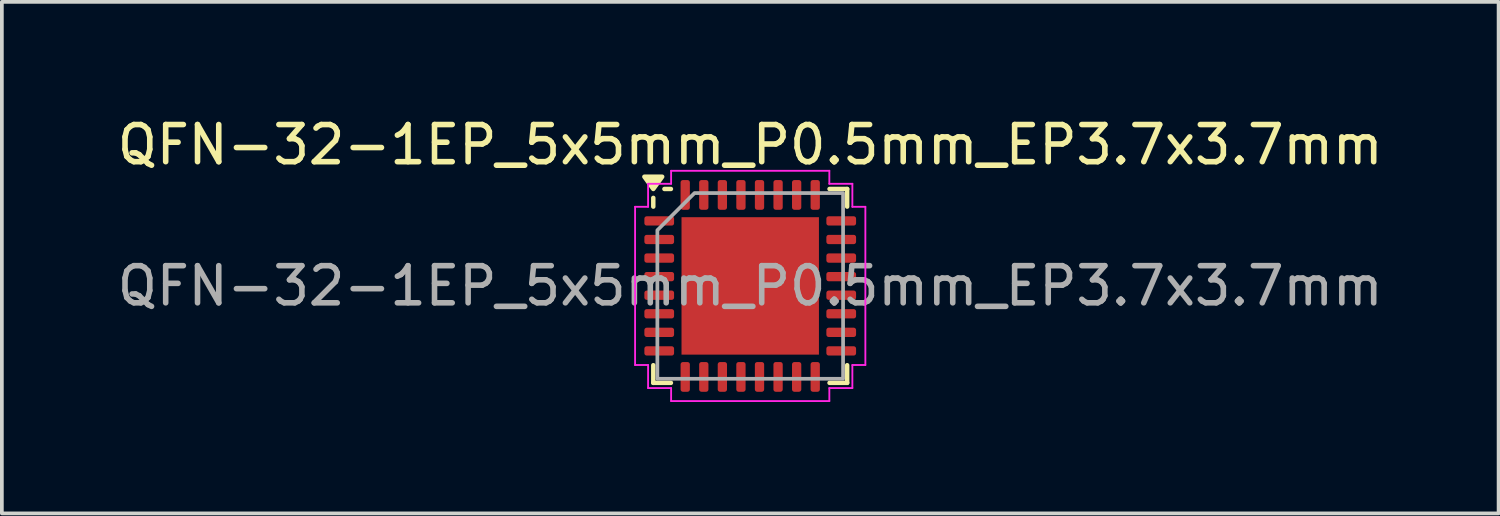
<source format=kicad_pcb>
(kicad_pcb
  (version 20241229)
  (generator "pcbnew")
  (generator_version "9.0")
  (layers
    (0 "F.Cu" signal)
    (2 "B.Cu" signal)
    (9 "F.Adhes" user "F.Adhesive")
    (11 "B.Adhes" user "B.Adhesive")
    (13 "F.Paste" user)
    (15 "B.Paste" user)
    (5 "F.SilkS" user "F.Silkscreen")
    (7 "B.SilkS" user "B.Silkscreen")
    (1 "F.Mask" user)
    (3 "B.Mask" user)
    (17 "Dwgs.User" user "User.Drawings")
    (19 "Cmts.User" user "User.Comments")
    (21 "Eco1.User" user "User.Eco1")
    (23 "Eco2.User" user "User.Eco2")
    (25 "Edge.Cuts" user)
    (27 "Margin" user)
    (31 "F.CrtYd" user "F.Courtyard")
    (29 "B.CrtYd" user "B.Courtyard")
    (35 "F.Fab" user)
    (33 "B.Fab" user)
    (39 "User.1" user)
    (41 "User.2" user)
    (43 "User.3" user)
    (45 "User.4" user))
  (footprint "QFN-32-1EP_5x5mm_P0.5mm_EP3.7x3.7mm"
    (layer "F.Cu")
    (at 17.149 4.648)
    (property "Reference" "QFN-32-1EP_5x5mm_P0.5mm_EP3.7x3.7mm" (at 0 -3.8 0) (layer "F.SilkS") (effects (font (size 1 1) (thickness 0.15))))
    (attr smd)
    (fp_line (start -2.61 -2.135) (end -2.61 -2.37) (stroke (width 0.12) (type solid)) (layer "F.SilkS"))
    (fp_line (start -2.61 2.61) (end -2.61 2.135) (stroke (width 0.12) (type solid)) (layer "F.SilkS"))
    (fp_line (start -2.135 -2.61) (end -2.31 -2.61) (stroke (width 0.12) (type solid)) (layer "F.SilkS"))
    (fp_line (start -2.135 2.61) (end -2.61 2.61) (stroke (width 0.12) (type solid)) (layer "F.SilkS"))
    (fp_line (start 2.135 -2.61) (end 2.61 -2.61) (stroke (width 0.12) (type solid)) (layer "F.SilkS"))
    (fp_line (start 2.135 2.61) (end 2.61 2.61) (stroke (width 0.12) (type solid)) (layer "F.SilkS"))
    (fp_line (start 2.61 -2.61) (end 2.61 -2.135) (stroke (width 0.12) (type solid)) (layer "F.SilkS"))
    (fp_line (start 2.61 2.61) (end 2.61 2.135) (stroke (width 0.12) (type solid)) (layer "F.SilkS"))
    (fp_poly (pts (xy -2.61 -2.61) (xy -2.85 -2.94) (xy -2.37 -2.94)) (stroke (width 0.12) (type solid)) (fill yes) (layer "F.SilkS"))
    (fp_line (start -3.1 -2.13) (end -2.75 -2.13) (stroke (width 0.05) (type solid)) (layer "F.CrtYd"))
    (fp_line (start -3.1 2.13) (end -3.1 -2.13) (stroke (width 0.05) (type solid)) (layer "F.CrtYd"))
    (fp_line (start -2.75 -2.75) (end -2.13 -2.75) (stroke (width 0.05) (type solid)) (layer "F.CrtYd"))
    (fp_line (start -2.75 -2.13) (end -2.75 -2.75) (stroke (width 0.05) (type solid)) (layer "F.CrtYd"))
    (fp_line (start -2.75 2.13) (end -3.1 2.13) (stroke (width 0.05) (type solid)) (layer "F.CrtYd"))
    (fp_line (start -2.75 2.75) (end -2.75 2.13) (stroke (width 0.05) (type solid)) (layer "F.CrtYd"))
    (fp_line (start -2.13 -3.1) (end 2.13 -3.1) (stroke (width 0.05) (type solid)) (layer "F.CrtYd"))
    (fp_line (start -2.13 -2.75) (end -2.13 -3.1) (stroke (width 0.05) (type solid)) (layer "F.CrtYd"))
    (fp_line (start -2.13 2.75) (end -2.75 2.75) (stroke (width 0.05) (type solid)) (layer "F.CrtYd"))
    (fp_line (start -2.13 3.1) (end -2.13 2.75) (stroke (width 0.05) (type solid)) (layer "F.CrtYd"))
    (fp_line (start 2.13 -3.1) (end 2.13 -2.75) (stroke (width 0.05) (type solid)) (layer "F.CrtYd"))
    (fp_line (start 2.13 -2.75) (end 2.75 -2.75) (stroke (width 0.05) (type solid)) (layer "F.CrtYd"))
    (fp_line (start 2.13 2.75) (end 2.13 3.1) (stroke (width 0.05) (type solid)) (layer "F.CrtYd"))
    (fp_line (start 2.13 3.1) (end -2.13 3.1) (stroke (width 0.05) (type solid)) (layer "F.CrtYd"))
    (fp_line (start 2.75 -2.75) (end 2.75 -2.13) (stroke (width 0.05) (type solid)) (layer "F.CrtYd"))
    (fp_line (start 2.75 -2.13) (end 3.1 -2.13) (stroke (width 0.05) (type solid)) (layer "F.CrtYd"))
    (fp_line (start 2.75 2.13) (end 2.75 2.75) (stroke (width 0.05) (type solid)) (layer "F.CrtYd"))
    (fp_line (start 2.75 2.75) (end 2.13 2.75) (stroke (width 0.05) (type solid)) (layer "F.CrtYd"))
    (fp_line (start 3.1 -2.13) (end 3.1 2.13) (stroke (width 0.05) (type solid)) (layer "F.CrtYd"))
    (fp_line (start 3.1 2.13) (end 2.75 2.13) (stroke (width 0.05) (type solid)) (layer "F.CrtYd"))
    (fp_poly (pts (xy -2.5 -1.5) (xy -2.5 2.5) (xy 2.5 2.5) (xy 2.5 -2.5) (xy -1.5 -2.5)) (stroke (width 0.1) (type solid)) (fill no) (layer "F.Fab"))
    (fp_text user "${REFERENCE}" (at 0 0 0) (layer "F.Fab") (effects (font (size 1 1) (thickness 0.15))))
    (pad "" smd roundrect (at -0.925 -0.925) (size 1.49 1.49) (layers "F.Paste") (roundrect_rratio 0.168))
    (pad "" smd roundrect (at -0.925 0.925) (size 1.49 1.49) (layers "F.Paste") (roundrect_rratio 0.168))
    (pad "" smd roundrect (at 0.925 -0.925) (size 1.49 1.49) (layers "F.Paste") (roundrect_rratio 0.168))
    (pad "" smd roundrect (at 0.925 0.925) (size 1.49 1.49) (layers "F.Paste") (roundrect_rratio 0.168))
    (pad "1" smd roundrect (at -2.45 -1.75) (size 0.8 0.25) (layers "F.Cu" "F.Mask" "F.Paste") (roundrect_rratio 0.25))
    (pad "2" smd roundrect (at -2.45 -1.25) (size 0.8 0.25) (layers "F.Cu" "F.Mask" "F.Paste") (roundrect_rratio 0.25))
    (pad "3" smd roundrect (at -2.45 -0.75) (size 0.8 0.25) (layers "F.Cu" "F.Mask" "F.Paste") (roundrect_rratio 0.25))
    (pad "4" smd roundrect (at -2.45 -0.25) (size 0.8 0.25) (layers "F.Cu" "F.Mask" "F.Paste") (roundrect_rratio 0.25))
    (pad "5" smd roundrect (at -2.45 0.25) (size 0.8 0.25) (layers "F.Cu" "F.Mask" "F.Paste") (roundrect_rratio 0.25))
    (pad "6" smd roundrect (at -2.45 0.75) (size 0.8 0.25) (layers "F.Cu" "F.Mask" "F.Paste") (roundrect_rratio 0.25))
    (pad "7" smd roundrect (at -2.45 1.25) (size 0.8 0.25) (layers "F.Cu" "F.Mask" "F.Paste") (roundrect_rratio 0.25))
    (pad "8" smd roundrect (at -2.45 1.75) (size 0.8 0.25) (layers "F.Cu" "F.Mask" "F.Paste") (roundrect_rratio 0.25))
    (pad "9" smd roundrect (at -1.75 2.45) (size 0.25 0.8) (layers "F.Cu" "F.Mask" "F.Paste") (roundrect_rratio 0.25))
    (pad "10" smd roundrect (at -1.25 2.45) (size 0.25 0.8) (layers "F.Cu" "F.Mask" "F.Paste") (roundrect_rratio 0.25))
    (pad "11" smd roundrect (at -0.75 2.45) (size 0.25 0.8) (layers "F.Cu" "F.Mask" "F.Paste") (roundrect_rratio 0.25))
    (pad "12" smd roundrect (at -0.25 2.45) (size 0.25 0.8) (layers "F.Cu" "F.Mask" "F.Paste") (roundrect_rratio 0.25))
    (pad "13" smd roundrect (at 0.25 2.45) (size 0.25 0.8) (layers "F.Cu" "F.Mask" "F.Paste") (roundrect_rratio 0.25))
    (pad "14" smd roundrect (at 0.75 2.45) (size 0.25 0.8) (layers "F.Cu" "F.Mask" "F.Paste") (roundrect_rratio 0.25))
    (pad "15" smd roundrect (at 1.25 2.45) (size 0.25 0.8) (layers "F.Cu" "F.Mask" "F.Paste") (roundrect_rratio 0.25))
    (pad "16" smd roundrect (at 1.75 2.45) (size 0.25 0.8) (layers "F.Cu" "F.Mask" "F.Paste") (roundrect_rratio 0.25))
    (pad "17" smd roundrect (at 2.45 1.75) (size 0.8 0.25) (layers "F.Cu" "F.Mask" "F.Paste") (roundrect_rratio 0.25))
    (pad "18" smd roundrect (at 2.45 1.25) (size 0.8 0.25) (layers "F.Cu" "F.Mask" "F.Paste") (roundrect_rratio 0.25))
    (pad "19" smd roundrect (at 2.45 0.75) (size 0.8 0.25) (layers "F.Cu" "F.Mask" "F.Paste") (roundrect_rratio 0.25))
    (pad "20" smd roundrect (at 2.45 0.25) (size 0.8 0.25) (layers "F.Cu" "F.Mask" "F.Paste") (roundrect_rratio 0.25))
    (pad "21" smd roundrect (at 2.45 -0.25) (size 0.8 0.25) (layers "F.Cu" "F.Mask" "F.Paste") (roundrect_rratio 0.25))
    (pad "22" smd roundrect (at 2.45 -0.75) (size 0.8 0.25) (layers "F.Cu" "F.Mask" "F.Paste") (roundrect_rratio 0.25))
    (pad "23" smd roundrect (at 2.45 -1.25) (size 0.8 0.25) (layers "F.Cu" "F.Mask" "F.Paste") (roundrect_rratio 0.25))
    (pad "24" smd roundrect (at 2.45 -1.75) (size 0.8 0.25) (layers "F.Cu" "F.Mask" "F.Paste") (roundrect_rratio 0.25))
    (pad "25" smd roundrect (at 1.75 -2.45) (size 0.25 0.8) (layers "F.Cu" "F.Mask" "F.Paste") (roundrect_rratio 0.25))
    (pad "26" smd roundrect (at 1.25 -2.45) (size 0.25 0.8) (layers "F.Cu" "F.Mask" "F.Paste") (roundrect_rratio 0.25))
    (pad "27" smd roundrect (at 0.75 -2.45) (size 0.25 0.8) (layers "F.Cu" "F.Mask" "F.Paste") (roundrect_rratio 0.25))
    (pad "28" smd roundrect (at 0.25 -2.45) (size 0.25 0.8) (layers "F.Cu" "F.Mask" "F.Paste") (roundrect_rratio 0.25))
    (pad "29" smd roundrect (at -0.25 -2.45) (size 0.25 0.8) (layers "F.Cu" "F.Mask" "F.Paste") (roundrect_rratio 0.25))
    (pad "30" smd roundrect (at -0.75 -2.45) (size 0.25 0.8) (layers "F.Cu" "F.Mask" "F.Paste") (roundrect_rratio 0.25))
    (pad "31" smd roundrect (at -1.25 -2.45) (size 0.25 0.8) (layers "F.Cu" "F.Mask" "F.Paste") (roundrect_rratio 0.25))
    (pad "32" smd roundrect (at -1.75 -2.45) (size 0.25 0.8) (layers "F.Cu" "F.Mask" "F.Paste") (roundrect_rratio 0.25))
    (pad "33" smd rect (at 0 0) (size 3.7 3.7) (property pad_prop_heatsink) (layers "F.Cu" "F.Mask")))
  (gr_rect
    (start -3 -3)
    (end 37.298 10.773)
    (stroke (width 0.1) (type default))
    (fill no)
    (layer "Edge.Cuts")))
</source>
